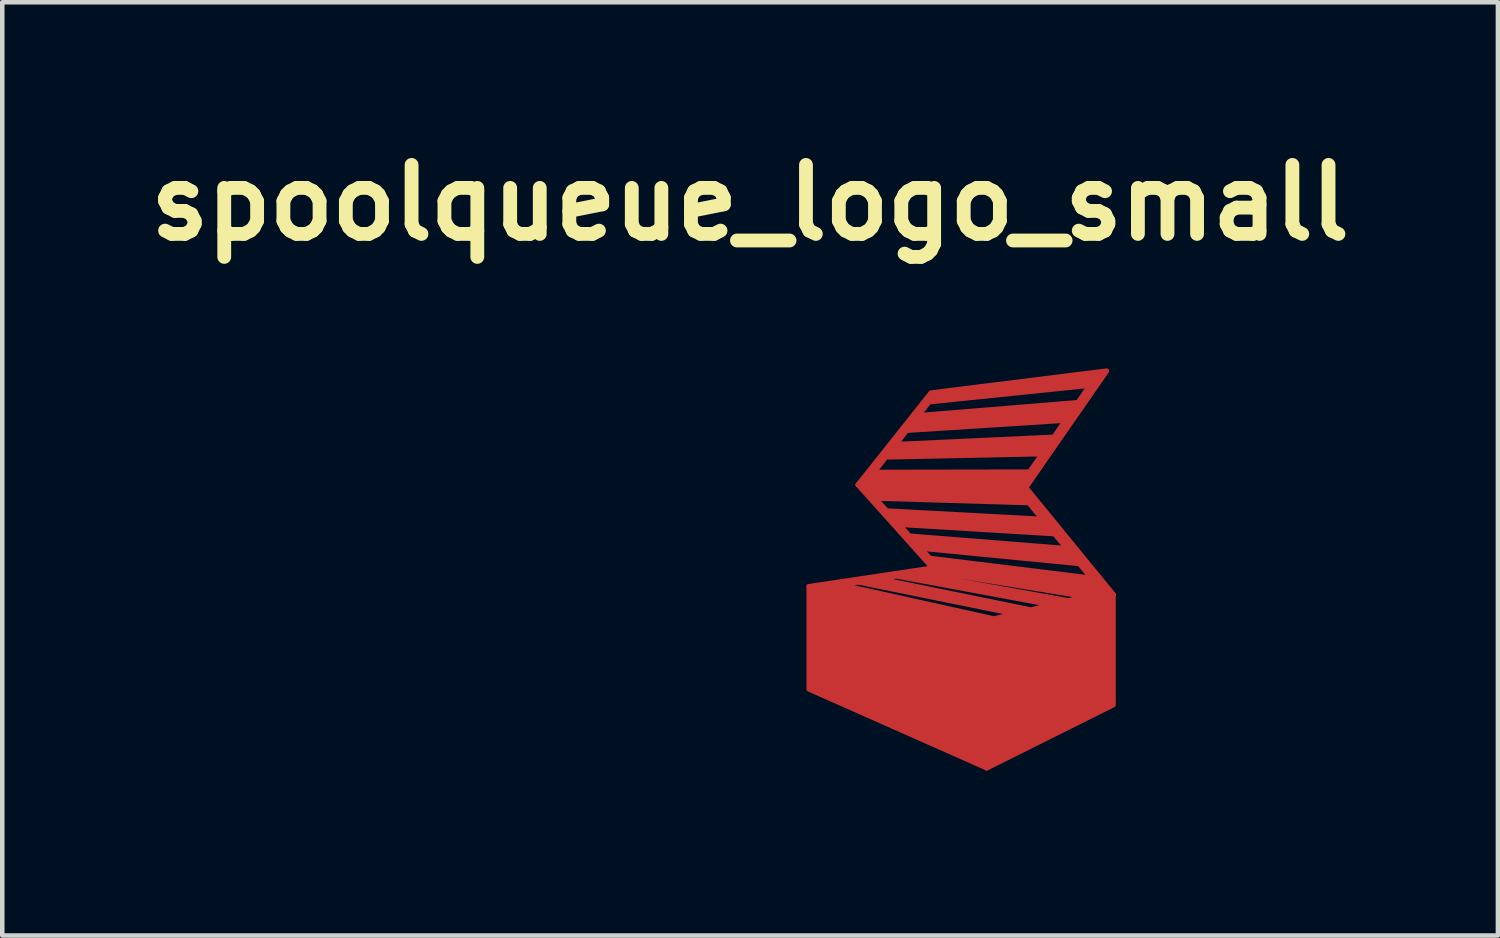
<source format=kicad_pcb>
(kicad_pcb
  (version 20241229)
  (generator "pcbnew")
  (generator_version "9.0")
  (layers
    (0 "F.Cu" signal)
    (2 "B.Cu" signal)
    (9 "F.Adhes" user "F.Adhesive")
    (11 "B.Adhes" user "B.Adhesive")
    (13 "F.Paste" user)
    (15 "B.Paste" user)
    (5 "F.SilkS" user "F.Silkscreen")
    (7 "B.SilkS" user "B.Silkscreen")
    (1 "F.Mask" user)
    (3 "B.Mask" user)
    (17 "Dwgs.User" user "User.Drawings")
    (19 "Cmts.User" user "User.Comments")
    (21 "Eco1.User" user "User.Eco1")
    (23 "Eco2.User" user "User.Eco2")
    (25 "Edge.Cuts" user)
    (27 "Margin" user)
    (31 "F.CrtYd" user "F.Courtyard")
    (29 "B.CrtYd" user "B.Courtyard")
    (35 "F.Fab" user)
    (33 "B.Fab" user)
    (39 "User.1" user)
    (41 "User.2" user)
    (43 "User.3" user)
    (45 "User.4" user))
  (footprint "spoolqueue_logo_small"
    (layer "F.Cu")
    (at 13.513 4.474)
    (property "Reference" "spoolqueue_logo_small" (at 0 -3.048 0) (layer "F.SilkS") (effects (font (size 1.524 1.524) (thickness 0.305))))
    (attr exclude_from_pos_files exclude_from_bom)
    (fp_poly (pts (xy 1.302 5.428) (xy 5.226 6.299) (xy 5.226 9.433) (xy 1.302 7.692) (xy 1.302 5.428)) (stroke (width 0.115) (type solid)) (fill yes) (layer "F.Cu"))
    (fp_poly (pts (xy 5.226 6.299) (xy 8.017 5.602) (xy 8.017 8.04) (xy 5.226 9.433) (xy 5.226 6.299)) (stroke (width 0.115) (type solid)) (fill yes) (layer "F.Cu"))
    (fp_poly (pts (xy 2.385 3.18) (xy 2.759 3.476) (xy 6.154 3.576) (xy 6.46 3.943) (xy 3.014 3.757) (xy 2.759 3.476) (xy 2.385 3.18) (xy 3.284 4.055) (xy 6.725 4.262) (xy 6.998 4.59) (xy 3.518 4.312) (xy 3.284 4.055) (xy 2.385 3.18) (xy 3.761 4.58) (xy 7.272 4.921) (xy 7.539 5.242) (xy 3.964 4.803) (xy 3.761 4.58) (xy 2.385 3.18) (xy 4.032 5.019) (xy 8.017 5.602) (xy 6.087 3.241) (xy 2.385 3.18)) (stroke (width 0.115) (type solid)) (fill yes) (layer "F.Cu"))
    (fp_poly (pts (xy 4.032 5.019) (xy 3.938 5.08) (xy 7.409 5.649) (xy 7.031 5.741) (xy 3.624 5.13) (xy 3.938 5.08) (xy 4.032 5.019) (xy 3.227 5.194) (xy 6.662 5.831) (xy 6.2 5.944) (xy 2.839 5.257) (xy 3.227 5.194) (xy 4.032 5.019) (xy 2.392 5.328) (xy 5.85 6.029) (xy 5.388 6.142) (xy 2.001 5.391) (xy 2.392 5.328) (xy 4.032 5.019) (xy 1.302 5.428) (xy 5.227 6.299) (xy 8.017 5.602) (xy 4.032 5.019)) (stroke (width 0.115) (type solid)) (fill yes) (layer "F.Cu"))
    (fp_poly (pts (xy 7.871 0.668) (xy 7.509 0.983) (xy 7.242 1.365) (xy 3.712 1.653) (xy 3.949 1.35) (xy 7.509 0.983) (xy 7.871 0.668) (xy 6.97 1.755) (xy 6.709 2.129) (xy 3.213 2.291) (xy 3.457 1.979) (xy 6.97 1.755) (xy 7.871 0.668) (xy 6.453 2.496) (xy 6.171 2.899) (xy 2.732 2.905) (xy 2.996 2.568) (xy 6.453 2.496) (xy 7.871 0.668) (xy 3.996 1.152) (xy 2.385 3.18) (xy 6.087 3.241) (xy 7.871 0.668)) (stroke (width 0.115) (type solid)) (fill yes) (layer "F.Cu"))
    (fp_poly (pts (xy 1.5 0) (xy 8.5 0) (xy 8.525 0.000204) (xy 8.55 0.001) (xy 8.575 0.002) (xy 8.6 0.003) (xy 8.625 0.005) (xy 8.649 0.007) (xy 8.674 0.01) (xy 8.698 0.013) (xy 8.722 0.016) (xy 8.746 0.02) (xy 8.77 0.024) (xy 8.794 0.029) (xy 8.818 0.033) (xy 8.841 0.039) (xy 8.865 0.044) (xy 8.888 0.05) (xy 8.911 0.057) (xy 8.934 0.063) (xy 8.957 0.07) (xy 8.98 0.078) (xy 9.002 0.085) (xy 9.024 0.094) (xy 9.047 0.102) (xy 9.069 0.111) (xy 9.09 0.12) (xy 9.112 0.129) (xy 9.133 0.139) (xy 9.155 0.149) (xy 9.176 0.159) (xy 9.197 0.17) (xy 9.217 0.181) (xy 9.238 0.193) (xy 9.258 0.204) (xy 9.278 0.216) (xy 9.298 0.228) (xy 9.318 0.241) (xy 9.337 0.254) (xy 9.357 0.267) (xy 9.376 0.28) (xy 9.394 0.294) (xy 9.413 0.308) (xy 9.431 0.323) (xy 9.45 0.337) (xy 9.467 0.352) (xy 9.485 0.367) (xy 9.503 0.382) (xy 9.52 0.398) (xy 9.537 0.414) (xy 9.553 0.43) (xy 9.57 0.447) (xy 9.586 0.463) (xy 9.602 0.48) (xy 9.618 0.497) (xy 9.633 0.515) (xy 9.648 0.533) (xy 9.663 0.55) (xy 9.677 0.569) (xy 9.692 0.587) (xy 9.706 0.606) (xy 9.72 0.624) (xy 9.733 0.643) (xy 9.746 0.663) (xy 9.759 0.682) (xy 9.772 0.702) (xy 9.784 0.722) (xy 9.796 0.742) (xy 9.807 0.762) (xy 9.819 0.783) (xy 9.83 0.803) (xy 9.841 0.824) (xy 9.851 0.845) (xy 9.861 0.867) (xy 9.871 0.888) (xy 9.88 0.91) (xy 9.889 0.931) (xy 9.898 0.953) (xy 9.906 0.976) (xy 9.915 0.998) (xy 9.922 1.02) (xy 9.93 1.043) (xy 9.937 1.066) (xy 9.943 1.089) (xy 9.95 1.112) (xy 9.956 1.135) (xy 9.961 1.159) (xy 9.967 1.182) (xy 9.971 1.206) (xy 9.976 1.23) (xy 9.98 1.254) (xy 9.984 1.278) (xy 9.987 1.302) (xy 9.99 1.326) (xy 9.993 1.351) (xy 9.995 1.375) (xy 9.997 1.4) (xy 9.998 1.425) (xy 9.999 1.45) (xy 10 1.475) (xy 10 1.5) (xy 10 8.5) (xy 10 8.525) (xy 9.999 8.55) (xy 9.998 8.575) (xy 9.997 8.6) (xy 9.995 8.625) (xy 9.993 8.649) (xy 9.99 8.674) (xy 9.987 8.698) (xy 9.984 8.722) (xy 9.98 8.746) (xy 9.976 8.77) (xy 9.971 8.794) (xy 9.967 8.818) (xy 9.961 8.841) (xy 9.956 8.865) (xy 9.95 8.888) (xy 9.943 8.911) (xy 9.937 8.934) (xy 9.93 8.957) (xy 9.922 8.98) (xy 9.915 9.002) (xy 9.906 9.024) (xy 9.898 9.047) (xy 9.889 9.069) (xy 9.88 9.09) (xy 9.871 9.112) (xy 9.861 9.133) (xy 9.851 9.155) (xy 9.841 9.176) (xy 9.83 9.197) (xy 9.819 9.217) (xy 9.807 9.238) (xy 9.796 9.258) (xy 9.784 9.278) (xy 9.772 9.298) (xy 9.759 9.318) (xy 9.746 9.337) (xy 9.733 9.357) (xy 9.72 9.376) (xy 9.706 9.394) (xy 9.692 9.413) (xy 9.677 9.431) (xy 9.663 9.45) (xy 9.648 9.467) (xy 9.633 9.485) (xy 9.618 9.503) (xy 9.602 9.52) (xy 9.586 9.537) (xy 9.57 9.553) (xy 9.553 9.57) (xy 9.537 9.586) (xy 9.52 9.602) (xy 9.503 9.618) (xy 9.485 9.633) (xy 9.467 9.648) (xy 9.45 9.663) (xy 9.431 9.677) (xy 9.413 9.692) (xy 9.394 9.706) (xy 9.376 9.72) (xy 9.357 9.733) (xy 9.337 9.746) (xy 9.318 9.759) (xy 9.298 9.772) (xy 9.278 9.784) (xy 9.258 9.796) (xy 9.238 9.807) (xy 9.217 9.819) (xy 9.197 9.83) (xy 9.176 9.841) (xy 9.155 9.851) (xy 9.133 9.861) (xy 9.112 9.871) (xy 9.09 9.88) (xy 9.069 9.889) (xy 9.047 9.898) (xy 9.024 9.906) (xy 9.002 9.915) (xy 8.98 9.922) (xy 8.957 9.93) (xy 8.934 9.937) (xy 8.911 9.943) (xy 8.888 9.95) (xy 8.865 9.956) (xy 8.841 9.961) (xy 8.818 9.967) (xy 8.794 9.971) (xy 8.77 9.976) (xy 8.746 9.98) (xy 8.722 9.984) (xy 8.698 9.987) (xy 8.674 9.99) (xy 8.649 9.993) (xy 8.625 9.995) (xy 8.6 9.997) (xy 8.575 9.998) (xy 8.55 9.999) (xy 8.525 10) (xy 8.5 10) (xy 1.5 10) (xy 1.475 10) (xy 1.45 9.999) (xy 1.425 9.998) (xy 1.4 9.997) (xy 1.375 9.995) (xy 1.351 9.993) (xy 1.326 9.99) (xy 1.302 9.987) (xy 1.278 9.984) (xy 1.254 9.98) (xy 1.23 9.976) (xy 1.206 9.971) (xy 1.182 9.967) (xy 1.159 9.961) (xy 1.135 9.956) (xy 1.112 9.95) (xy 1.089 9.943) (xy 1.066 9.937) (xy 1.043 9.93) (xy 1.02 9.922) (xy 0.998 9.915) (xy 0.976 9.906) (xy 0.953 9.898) (xy 0.931 9.889) (xy 0.91 9.88) (xy 0.888 9.871) (xy 0.867 9.861) (xy 0.845 9.851) (xy 0.824 9.841) (xy 0.803 9.83) (xy 0.783 9.819) (xy 0.762 9.807) (xy 0.742 9.796) (xy 0.722 9.784) (xy 0.702 9.772) (xy 0.682 9.759) (xy 0.663 9.746) (xy 0.643 9.733) (xy 0.624 9.72) (xy 0.606 9.706) (xy 0.587 9.692) (xy 0.569 9.677) (xy 0.55 9.663) (xy 0.533 9.648) (xy 0.515 9.633) (xy 0.497 9.618) (xy 0.48 9.602) (xy 0.463 9.586) (xy 0.447 9.57) (xy 0.43 9.553) (xy 0.414 9.537) (xy 0.398 9.52) (xy 0.382 9.503) (xy 0.367 9.485) (xy 0.352 9.467) (xy 0.337 9.45) (xy 0.323 9.431) (xy 0.308 9.413) (xy 0.294 9.394) (xy 0.28 9.376) (xy 0.267 9.357) (xy 0.254 9.337) (xy 0.241 9.318) (xy 0.228 9.298) (xy 0.216 9.278) (xy 0.204 9.258) (xy 0.193 9.238) (xy 0.181 9.217) (xy 0.17 9.197) (xy 0.159 9.176) (xy 0.149 9.155) (xy 0.139 9.133) (xy 0.129 9.112) (xy 0.12 9.09) (xy 0.111 9.069) (xy 0.102 9.047) (xy 0.094 9.024) (xy 0.085 9.002) (xy 0.078 8.98) (xy 0.07 8.957) (xy 0.063 8.934) (xy 0.057 8.911) (xy 0.05 8.888) (xy 0.044 8.865) (xy 0.039 8.841) (xy 0.033 8.818) (xy 0.029 8.794) (xy 0.024 8.77) (xy 0.02 8.746) (xy 0.016 8.722) (xy 0.013 8.698) (xy 0.01 8.674) (xy 0.007 8.649) (xy 0.005 8.625) (xy 0.003 8.6) (xy 0.002 8.575) (xy 0.001 8.55) (xy 0.000204 8.525) (xy 0 8.5) (xy 0 1.5) (xy 0.000204 1.475) (xy 0.001 1.45) (xy 0.002 1.425) (xy 0.003 1.4) (xy 0.005 1.375) (xy 0.007 1.351) (xy 0.01 1.326) (xy 0.013 1.302) (xy 0.016 1.278) (xy 0.02 1.254) (xy 0.024 1.23) (xy 0.029 1.206) (xy 0.033 1.182) (xy 0.039 1.159) (xy 0.044 1.135) (xy 0.05 1.112) (xy 0.057 1.089) (xy 0.063 1.066) (xy 0.07 1.043) (xy 0.078 1.02) (xy 0.085 0.998) (xy 0.094 0.976) (xy 0.102 0.953) (xy 0.111 0.931) (xy 0.12 0.91) (xy 0.129 0.888) (xy 0.139 0.867) (xy 0.149 0.845) (xy 0.159 0.824) (xy 0.17 0.803) (xy 0.181 0.783) (xy 0.193 0.762) (xy 0.204 0.742) (xy 0.216 0.722) (xy 0.228 0.702) (xy 0.241 0.682) (xy 0.254 0.663) (xy 0.267 0.643) (xy 0.28 0.624) (xy 0.294 0.606) (xy 0.308 0.587) (xy 0.323 0.569) (xy 0.337 0.55) (xy 0.352 0.533) (xy 0.367 0.515) (xy 0.382 0.497) (xy 0.398 0.48) (xy 0.414 0.463) (xy 0.43 0.447) (xy 0.447 0.43) (xy 0.463 0.414) (xy 0.48 0.398) (xy 0.497 0.382) (xy 0.515 0.367) (xy 0.533 0.352) (xy 0.55 0.337) (xy 0.569 0.323) (xy 0.587 0.308) (xy 0.606 0.294) (xy 0.624 0.28) (xy 0.643 0.267) (xy 0.663 0.254) (xy 0.682 0.241) (xy 0.702 0.228) (xy 0.722 0.216) (xy 0.742 0.204) (xy 0.762 0.193) (xy 0.783 0.181) (xy 0.803 0.17) (xy 0.824 0.159) (xy 0.845 0.149) (xy 0.867 0.139) (xy 0.888 0.129) (xy 0.91 0.12) (xy 0.931 0.111) (xy 0.953 0.102) (xy 0.976 0.094) (xy 0.998 0.085) (xy 1.02 0.078) (xy 1.043 0.07) (xy 1.066 0.063) (xy 1.089 0.057) (xy 1.112 0.05) (xy 1.135 0.044) (xy 1.159 0.039) (xy 1.182 0.033) (xy 1.206 0.029) (xy 1.23 0.024) (xy 1.254 0.02) (xy 1.278 0.016) (xy 1.302 0.013) (xy 1.326 0.01) (xy 1.351 0.007) (xy 1.375 0.005) (xy 1.4 0.003) (xy 1.425 0.002) (xy 1.45 0.001) (xy 1.475 0.000204) (xy 1.5 0)) (stroke (width 0.265) (type solid)) (fill yes) (layer "F.Mask")))
  (gr_rect
    (start -3 -3)
    (end 30.026 17.607)
    (stroke (width 0.1) (type default))
    (fill no)
    (layer "Edge.Cuts")))
</source>
